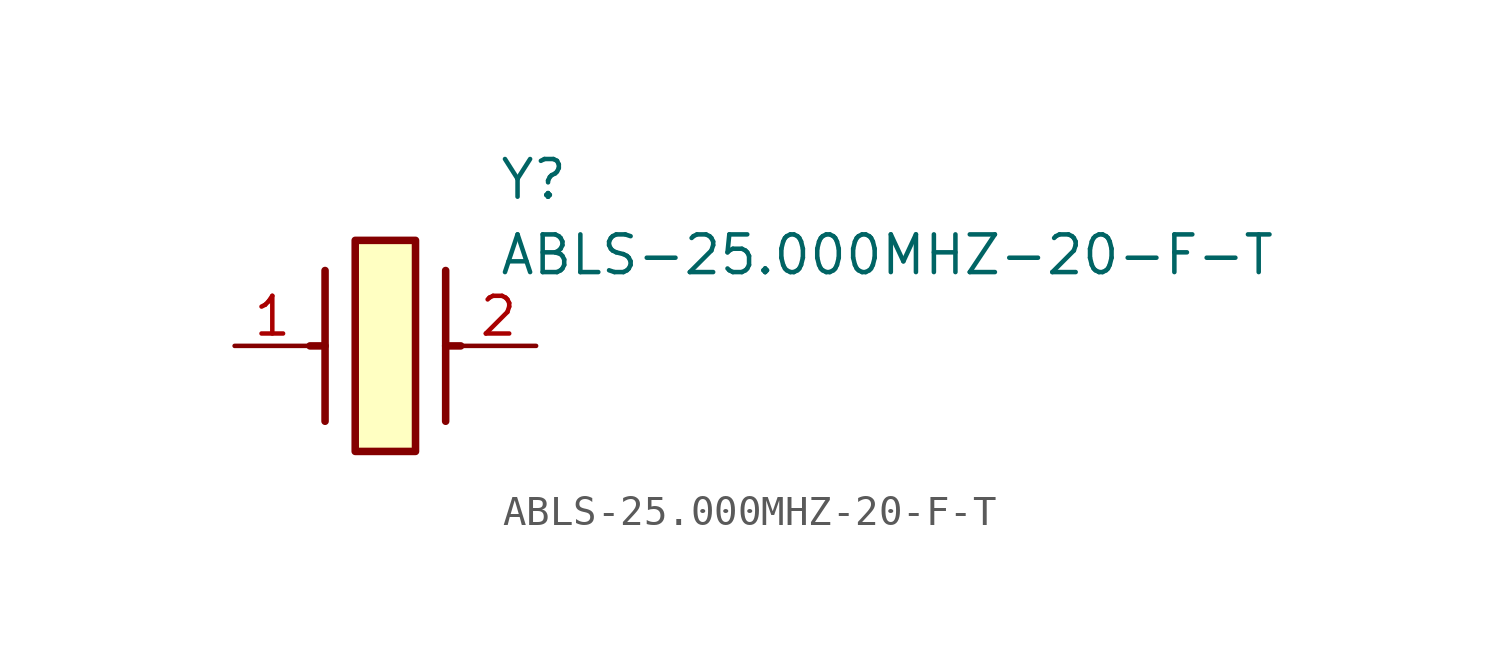
<source format=kicad_sym>
(kicad_symbol_lib
  (version 20211014)
  (generator SamacSys_ECAD_Model)
  (symbol "ABLS-25.000MHZ-20-F-T"
    (pin_names hide)
    (property "Reference" "Y"
      (at 8.89 6.35 0)
      (effects (font (size 1.27 1.27)) (justify left top)))
    (property "Value" "ABLS-25.000MHZ-20-F-T"
      (at 8.89 3.81 0)
      (effects (font (size 1.27 1.27)) (justify left top)))
    (rectangle
      (start 4.064 3.556)
      (end 6.096 -3.556)
      (stroke (width 0.254) (type default))
      (fill (type background)))
    (polyline
      (pts (xy 3.048 2.54) (xy 3.048 -2.54))
      (stroke (width 0.254) (type default))
      (fill (type none)))
    (polyline
      (pts (xy 7.112 2.54) (xy 7.112 -2.54))
      (stroke (width 0.254) (type default))
      (fill (type none)))
    (polyline
      (pts (xy 7.112 0) (xy 7.62 0))
      (stroke (width 0.254) (type default))
      (fill (type none)))
    (polyline
      (pts (xy 3.048 0) (xy 2.54 0))
      (stroke (width 0.254) (type default))
      (fill (type none)))
    (pin passive line
      (at 0 0 0)
      (length 2.54)
      (name "1" (effects (font (size 1.27 1.27))))
      (number "1" (effects (font (size 1.27 1.27)))))
    (pin passive line
      (at 10.16 0 180)
      (length 2.54)
      (name "2" (effects (font (size 1.27 1.27))))
      (number "2" (effects (font (size 1.27 1.27)))))))
</source>
